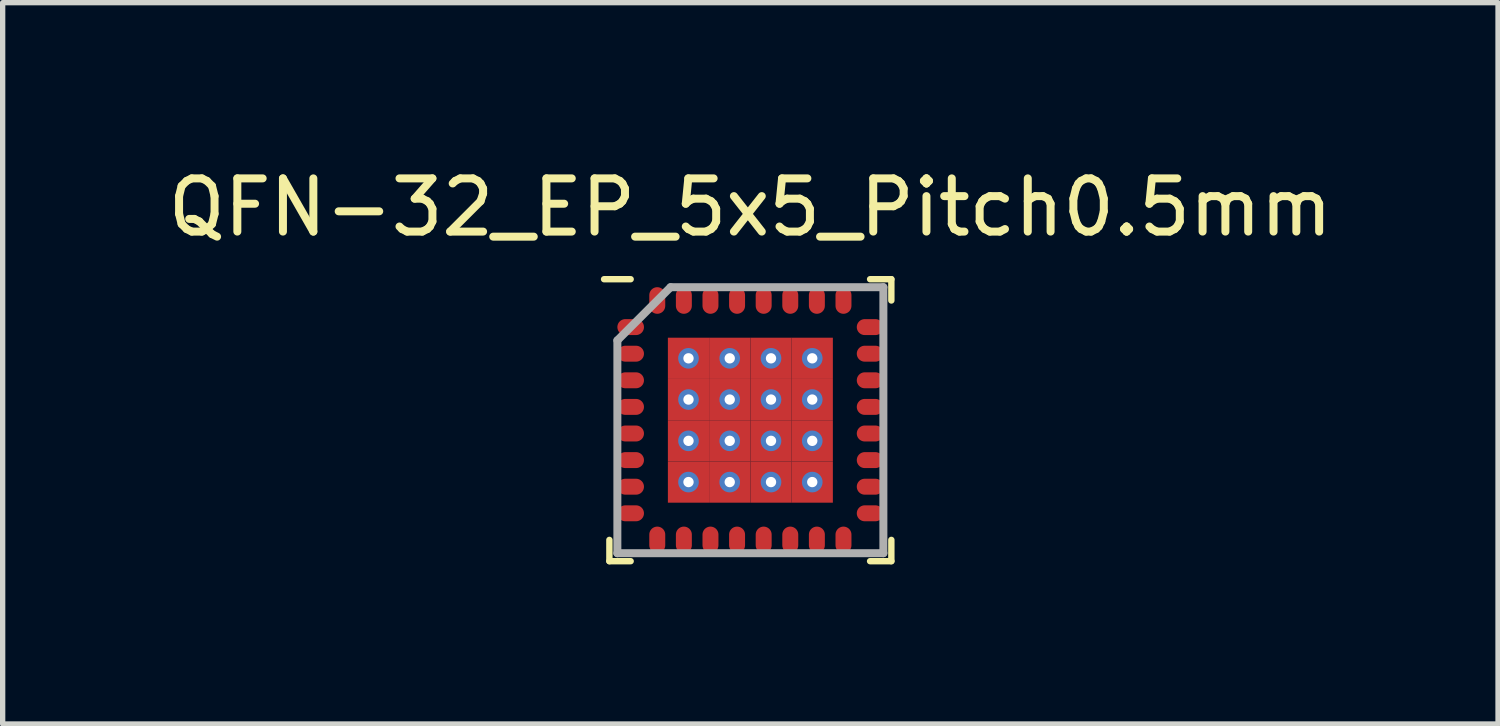
<source format=kicad_pcb>
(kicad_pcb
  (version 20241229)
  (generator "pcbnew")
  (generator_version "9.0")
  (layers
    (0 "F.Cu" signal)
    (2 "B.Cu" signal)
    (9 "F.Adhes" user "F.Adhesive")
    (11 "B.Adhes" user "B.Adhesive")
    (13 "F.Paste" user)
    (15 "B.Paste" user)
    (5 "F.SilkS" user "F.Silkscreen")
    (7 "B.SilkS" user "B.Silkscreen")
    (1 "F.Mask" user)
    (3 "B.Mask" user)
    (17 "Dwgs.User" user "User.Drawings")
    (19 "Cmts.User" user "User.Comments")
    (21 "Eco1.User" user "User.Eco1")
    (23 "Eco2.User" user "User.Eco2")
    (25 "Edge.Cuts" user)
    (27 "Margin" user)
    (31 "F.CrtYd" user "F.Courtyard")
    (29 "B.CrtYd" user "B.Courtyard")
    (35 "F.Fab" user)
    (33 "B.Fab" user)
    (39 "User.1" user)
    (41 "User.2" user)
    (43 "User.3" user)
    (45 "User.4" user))
  (footprint "QFN-32_EP_5x5_Pitch0.5mm"
    (layer "F.Cu")
    (at 11.054 4.848)
    (property "Reference" "QFN-32_EP_5x5_Pitch0.5mm" (at 0 -4 0) (layer "F.SilkS") (effects (font (size 1 1) (thickness 0.15))))
    (attr smd)
    (fp_line (start -2.65 2.65) (end -2.65 2.25) (stroke (width 0.12) (type solid)) (layer "F.SilkS"))
    (fp_line (start -2.25 -2.65) (end -2.75 -2.65) (stroke (width 0.12) (type solid)) (layer "F.SilkS"))
    (fp_line (start -2.25 2.65) (end -2.65 2.65) (stroke (width 0.12) (type solid)) (layer "F.SilkS"))
    (fp_line (start 2.25 -2.65) (end 2.65 -2.65) (stroke (width 0.12) (type solid)) (layer "F.SilkS"))
    (fp_line (start 2.25 2.65) (end 2.65 2.65) (stroke (width 0.12) (type solid)) (layer "F.SilkS"))
    (fp_line (start 2.65 -2.65) (end 2.65 -2.25) (stroke (width 0.12) (type solid)) (layer "F.SilkS"))
    (fp_line (start 2.65 2.65) (end 2.65 2.25) (stroke (width 0.12) (type solid)) (layer "F.SilkS"))
    (fp_line (start -2.5 -1.5) (end -2.5 2.5) (stroke (width 0.15) (type solid)) (layer "F.Fab"))
    (fp_line (start -2.5 2.5) (end 2.5 2.5) (stroke (width 0.15) (type solid)) (layer "F.Fab"))
    (fp_line (start -1.5 -2.5) (end -2.5 -1.5) (stroke (width 0.15) (type solid)) (layer "F.Fab"))
    (fp_line (start 2.5 -2.5) (end -1.5 -2.5) (stroke (width 0.15) (type solid)) (layer "F.Fab"))
    (fp_line (start 2.5 2.5) (end 2.5 -2.5) (stroke (width 0.15) (type solid)) (layer "F.Fab"))
    (pad "1" smd oval (at -2.25 -1.75 90) (size 0.3 0.5) (layers "F.Cu" "F.Mask" "F.Paste"))
    (pad "2" smd oval (at -2.25 -1.25 90) (size 0.3 0.5) (layers "F.Cu" "F.Mask" "F.Paste"))
    (pad "3" smd oval (at -2.25 -0.75 90) (size 0.3 0.5) (layers "F.Cu" "F.Mask" "F.Paste"))
    (pad "4" smd oval (at -2.25 -0.25 90) (size 0.3 0.5) (layers "F.Cu" "F.Mask" "F.Paste"))
    (pad "5" smd oval (at -2.25 0.25 90) (size 0.3 0.5) (layers "F.Cu" "F.Mask" "F.Paste"))
    (pad "6" smd oval (at -2.25 0.75 90) (size 0.3 0.5) (layers "F.Cu" "F.Mask" "F.Paste"))
    (pad "7" smd oval (at -2.25 1.25 90) (size 0.3 0.5) (layers "F.Cu" "F.Mask" "F.Paste"))
    (pad "8" smd oval (at -2.25 1.75 90) (size 0.3 0.5) (layers "F.Cu" "F.Mask" "F.Paste"))
    (pad "9" smd oval (at -1.75 2.25) (size 0.3 0.5) (layers "F.Cu" "F.Mask" "F.Paste"))
    (pad "10" smd oval (at -1.25 2.25) (size 0.3 0.5) (layers "F.Cu" "F.Mask" "F.Paste"))
    (pad "11" smd oval (at -0.75 2.25) (size 0.3 0.5) (layers "F.Cu" "F.Mask" "F.Paste"))
    (pad "12" smd oval (at -0.25 2.25) (size 0.3 0.5) (layers "F.Cu" "F.Mask" "F.Paste"))
    (pad "13" smd oval (at 0.25 2.25) (size 0.3 0.5) (layers "F.Cu" "F.Mask" "F.Paste"))
    (pad "14" smd oval (at 0.75 2.25) (size 0.3 0.5) (layers "F.Cu" "F.Mask" "F.Paste"))
    (pad "15" smd oval (at 1.25 2.25) (size 0.3 0.5) (layers "F.Cu" "F.Mask" "F.Paste"))
    (pad "16" smd oval (at 1.75 2.25) (size 0.3 0.5) (layers "F.Cu" "F.Mask" "F.Paste"))
    (pad "17" smd oval (at 2.25 1.75 90) (size 0.3 0.5) (layers "F.Cu" "F.Mask" "F.Paste"))
    (pad "18" smd oval (at 2.25 1.25 90) (size 0.3 0.5) (layers "F.Cu" "F.Mask" "F.Paste"))
    (pad "19" smd oval (at 2.25 0.75 90) (size 0.3 0.5) (layers "F.Cu" "F.Mask" "F.Paste"))
    (pad "20" smd oval (at 2.25 0.25 90) (size 0.3 0.5) (layers "F.Cu" "F.Mask" "F.Paste"))
    (pad "21" smd oval (at 2.25 -0.25 90) (size 0.3 0.5) (layers "F.Cu" "F.Mask" "F.Paste"))
    (pad "22" smd oval (at 2.25 -0.75 90) (size 0.3 0.5) (layers "F.Cu" "F.Mask" "F.Paste"))
    (pad "23" smd oval (at 2.25 -1.25 90) (size 0.3 0.5) (layers "F.Cu" "F.Mask" "F.Paste"))
    (pad "24" smd oval (at 2.25 -1.75 90) (size 0.3 0.5) (layers "F.Cu" "F.Mask" "F.Paste"))
    (pad "25" smd oval (at 1.75 -2.25) (size 0.3 0.5) (layers "F.Cu" "F.Mask" "F.Paste"))
    (pad "26" smd oval (at 1.25 -2.25) (size 0.3 0.5) (layers "F.Cu" "F.Mask" "F.Paste"))
    (pad "27" smd oval (at 0.75 -2.25) (size 0.3 0.5) (layers "F.Cu" "F.Mask" "F.Paste"))
    (pad "28" smd oval (at 0.25 -2.25) (size 0.3 0.5) (layers "F.Cu" "F.Mask" "F.Paste"))
    (pad "29" smd oval (at -0.25 -2.25) (size 0.3 0.5) (layers "F.Cu" "F.Mask" "F.Paste"))
    (pad "30" smd oval (at -0.75 -2.25) (size 0.3 0.5) (layers "F.Cu" "F.Mask" "F.Paste"))
    (pad "31" smd oval (at -1.25 -2.25) (size 0.3 0.5) (layers "F.Cu" "F.Mask" "F.Paste"))
    (pad "32" smd oval (at -1.75 -2.25) (size 0.3 0.5) (layers "F.Cu" "F.Mask" "F.Paste"))
    (pad "33" thru_hole circle (at -1.163 -1.163) (size 0.388 0.388) (drill 0.194) (layers "*.Cu" "*.Mask"))
    (pad "33" smd rect (at -1.163 -1.163) (size 0.775 0.775) (layers "F.Cu" "F.Mask" "F.Paste"))
    (pad "33" thru_hole circle (at -1.163 -0.388) (size 0.388 0.388) (drill 0.194) (layers "*.Cu" "*.Mask"))
    (pad "33" smd rect (at -1.163 -0.388) (size 0.775 0.775) (layers "F.Cu" "F.Mask" "F.Paste"))
    (pad "33" thru_hole circle (at -1.163 0.388) (size 0.388 0.388) (drill 0.194) (layers "*.Cu" "*.Mask"))
    (pad "33" smd rect (at -1.163 0.388) (size 0.775 0.775) (layers "F.Cu" "F.Mask" "F.Paste"))
    (pad "33" thru_hole circle (at -1.163 1.163) (size 0.388 0.388) (drill 0.194) (layers "*.Cu" "*.Mask"))
    (pad "33" smd rect (at -1.163 1.163) (size 0.775 0.775) (layers "F.Cu" "F.Mask" "F.Paste"))
    (pad "33" thru_hole circle (at -0.388 -1.163) (size 0.388 0.388) (drill 0.194) (layers "*.Cu" "*.Mask"))
    (pad "33" smd rect (at -0.388 -1.163) (size 0.775 0.775) (layers "F.Cu" "F.Mask" "F.Paste"))
    (pad "33" thru_hole circle (at -0.388 -0.388) (size 0.388 0.388) (drill 0.194) (layers "*.Cu" "*.Mask"))
    (pad "33" smd rect (at -0.388 -0.388) (size 0.775 0.775) (layers "F.Cu" "F.Mask" "F.Paste"))
    (pad "33" thru_hole circle (at -0.388 0.388) (size 0.388 0.388) (drill 0.194) (layers "*.Cu" "*.Mask"))
    (pad "33" smd rect (at -0.388 0.388) (size 0.775 0.775) (layers "F.Cu" "F.Mask" "F.Paste"))
    (pad "33" thru_hole circle (at -0.388 1.163) (size 0.388 0.388) (drill 0.194) (layers "*.Cu" "*.Mask"))
    (pad "33" smd rect (at -0.388 1.163) (size 0.775 0.775) (layers "F.Cu" "F.Mask" "F.Paste"))
    (pad "33" thru_hole circle (at 0.388 -1.163) (size 0.388 0.388) (drill 0.194) (layers "*.Cu" "*.Mask"))
    (pad "33" smd rect (at 0.388 -1.163) (size 0.775 0.775) (layers "F.Cu" "F.Mask" "F.Paste"))
    (pad "33" thru_hole circle (at 0.388 -0.388) (size 0.388 0.388) (drill 0.194) (layers "*.Cu" "*.Mask"))
    (pad "33" smd rect (at 0.388 -0.388) (size 0.775 0.775) (layers "F.Cu" "F.Mask" "F.Paste"))
    (pad "33" thru_hole circle (at 0.388 0.388) (size 0.388 0.388) (drill 0.194) (layers "*.Cu" "*.Mask"))
    (pad "33" smd rect (at 0.388 0.388) (size 0.775 0.775) (layers "F.Cu" "F.Mask" "F.Paste"))
    (pad "33" thru_hole circle (at 0.388 1.163) (size 0.388 0.388) (drill 0.194) (layers "*.Cu" "*.Mask"))
    (pad "33" smd rect (at 0.388 1.163) (size 0.775 0.775) (layers "F.Cu" "F.Mask" "F.Paste"))
    (pad "33" thru_hole circle (at 1.163 -1.163) (size 0.388 0.388) (drill 0.194) (layers "*.Cu" "*.Mask"))
    (pad "33" smd rect (at 1.163 -1.163) (size 0.775 0.775) (layers "F.Cu" "F.Mask" "F.Paste"))
    (pad "33" thru_hole circle (at 1.163 -0.388) (size 0.388 0.388) (drill 0.194) (layers "*.Cu" "*.Mask"))
    (pad "33" smd rect (at 1.163 -0.388) (size 0.775 0.775) (layers "F.Cu" "F.Mask" "F.Paste"))
    (pad "33" thru_hole circle (at 1.163 0.388) (size 0.388 0.388) (drill 0.194) (layers "*.Cu" "*.Mask"))
    (pad "33" smd rect (at 1.163 0.388) (size 0.775 0.775) (layers "F.Cu" "F.Mask" "F.Paste"))
    (pad "33" thru_hole circle (at 1.163 1.163) (size 0.388 0.388) (drill 0.194) (layers "*.Cu" "*.Mask"))
    (pad "33" smd rect (at 1.163 1.163) (size 0.775 0.775) (layers "F.Cu" "F.Mask" "F.Paste")))
  (gr_rect
    (start -3 -3)
    (end 25.107 10.558)
    (stroke (width 0.1) (type default))
    (fill no)
    (layer "Edge.Cuts")))
</source>
